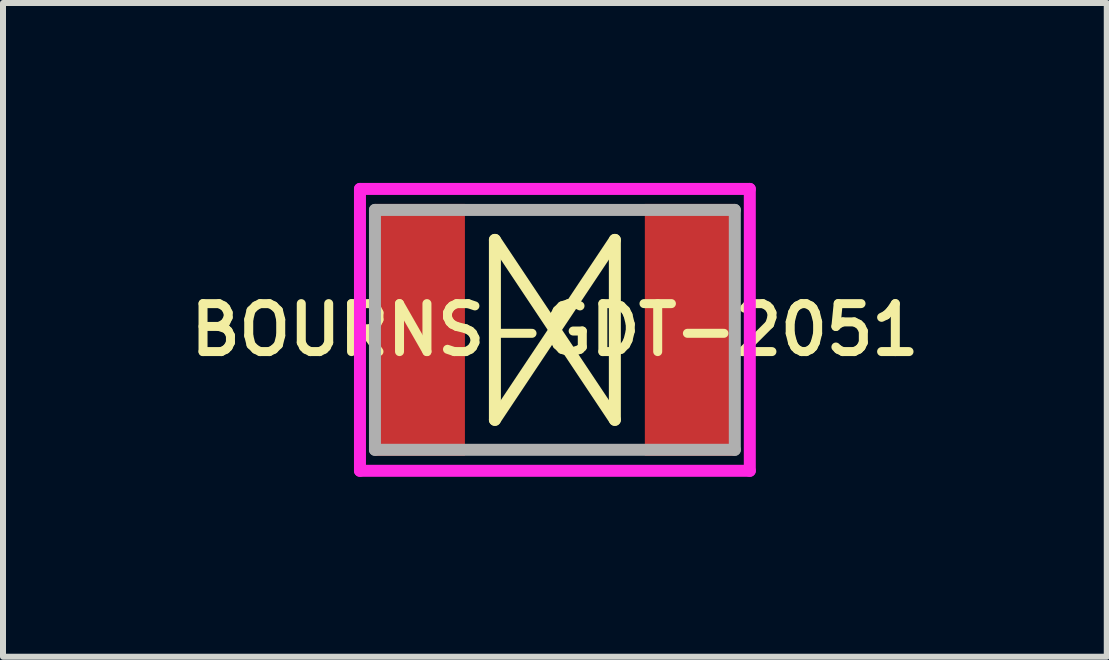
<source format=kicad_pcb>
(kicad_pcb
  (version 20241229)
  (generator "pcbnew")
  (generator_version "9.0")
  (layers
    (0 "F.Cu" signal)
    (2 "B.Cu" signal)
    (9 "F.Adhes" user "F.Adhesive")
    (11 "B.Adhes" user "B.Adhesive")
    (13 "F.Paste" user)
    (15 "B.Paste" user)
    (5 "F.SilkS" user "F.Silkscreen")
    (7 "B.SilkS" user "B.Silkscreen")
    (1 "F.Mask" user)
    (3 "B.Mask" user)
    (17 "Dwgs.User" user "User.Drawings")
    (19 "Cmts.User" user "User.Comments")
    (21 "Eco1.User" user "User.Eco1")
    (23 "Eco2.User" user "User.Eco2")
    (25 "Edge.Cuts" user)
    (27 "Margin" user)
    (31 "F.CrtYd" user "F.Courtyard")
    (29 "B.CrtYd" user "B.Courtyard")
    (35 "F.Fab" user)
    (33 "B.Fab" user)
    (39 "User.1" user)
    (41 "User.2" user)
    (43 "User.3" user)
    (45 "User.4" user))
  (footprint "BOURNS-GDT-2051"
    (layer "F.Cu")
    (at 6.202 2.45)
    (property "Reference" "BOURNS-GDT-2051" (at 0 0 0) (layer "F.SilkS") (effects (font (size 0.8 0.8) (thickness 0.15))))
    (attr smd)
    (fp_line (start -1 -1.5) (end -1 1.5) (stroke (width 0.2) (type solid)) (layer "F.SilkS"))
    (fp_line (start -1 1.5) (end 0 0) (stroke (width 0.2) (type solid)) (layer "F.SilkS"))
    (fp_line (start 0 0) (end -1 -1.5) (stroke (width 0.2) (type solid)) (layer "F.SilkS"))
    (fp_line (start 0 0) (end 1 -1.5) (stroke (width 0.2) (type solid)) (layer "F.SilkS"))
    (fp_line (start 1 -1.5) (end 1 1.5) (stroke (width 0.2) (type solid)) (layer "F.SilkS"))
    (fp_line (start 1 1.5) (end 0 0) (stroke (width 0.2) (type solid)) (layer "F.SilkS"))
    (fp_line (start -3.25 -2.35) (end 3.25 -2.35) (stroke (width 0.2) (type solid)) (layer "F.CrtYd"))
    (fp_line (start -3.25 2.35) (end -3.25 -2.35) (stroke (width 0.2) (type solid)) (layer "F.CrtYd"))
    (fp_line (start 3.25 -2.35) (end 3.25 2.35) (stroke (width 0.2) (type solid)) (layer "F.CrtYd"))
    (fp_line (start 3.25 2.35) (end -3.25 2.35) (stroke (width 0.2) (type solid)) (layer "F.CrtYd"))
    (fp_line (start -3 -2) (end 3 -2) (stroke (width 0.2) (type solid)) (layer "F.Fab"))
    (fp_line (start -3 2) (end -3 -2) (stroke (width 0.2) (type solid)) (layer "F.Fab"))
    (fp_line (start 3 -2) (end 3 2) (stroke (width 0.2) (type solid)) (layer "F.Fab"))
    (fp_line (start 3 2) (end -3 2) (stroke (width 0.2) (type solid)) (layer "F.Fab"))
    (pad "1" smd rect (at -2.25 0) (size 1.5 4.2) (layers "F.Cu" "F.Mask" "F.Paste"))
    (pad "2" smd rect (at 2.25 0) (size 1.5 4.2) (layers "F.Cu" "F.Mask" "F.Paste")))
  (gr_rect
    (start -3 -3)
    (end 15.404 7.9)
    (stroke (width 0.1) (type default))
    (fill no)
    (layer "Edge.Cuts")))
</source>
